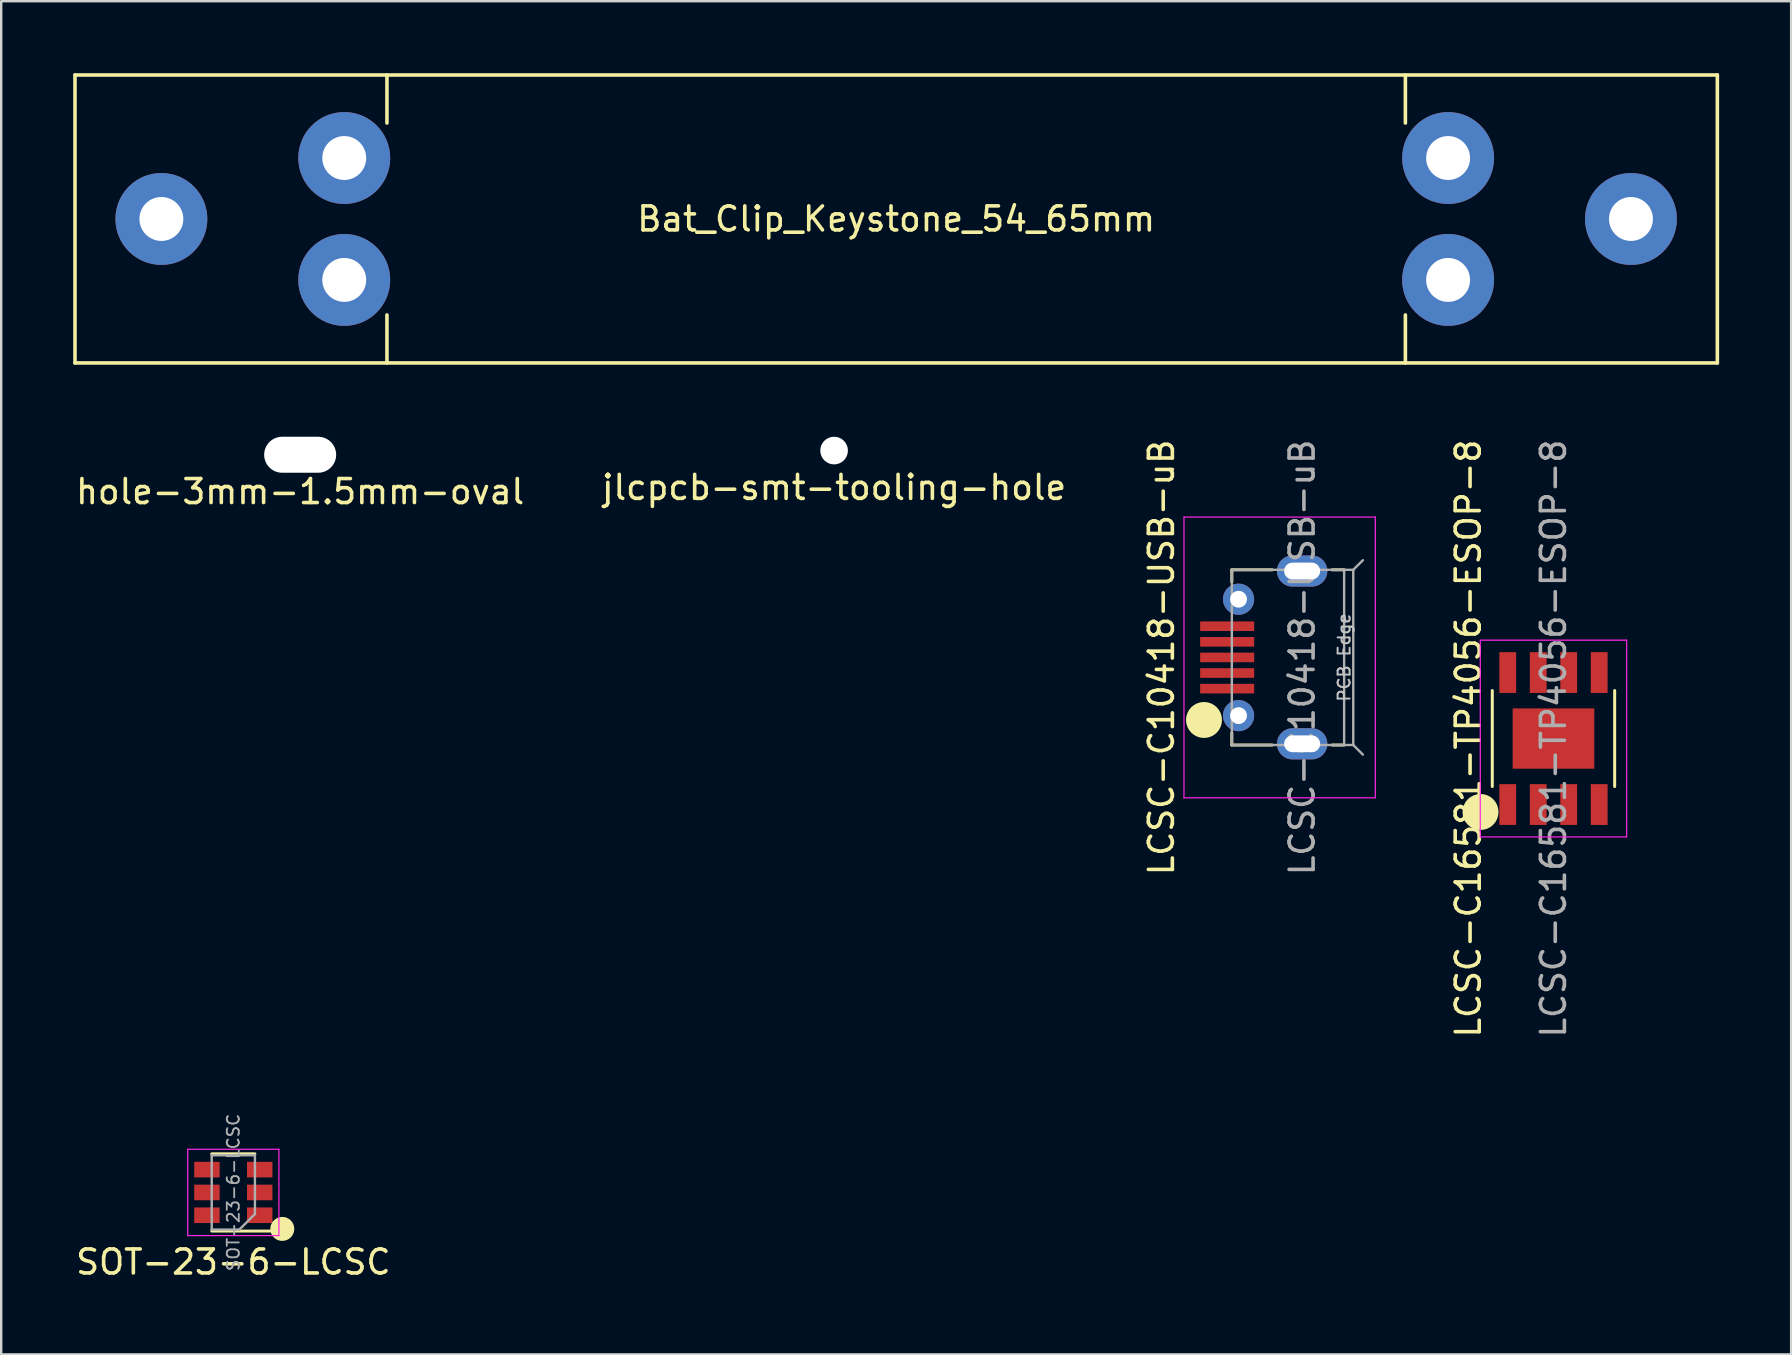
<source format=kicad_pcb>
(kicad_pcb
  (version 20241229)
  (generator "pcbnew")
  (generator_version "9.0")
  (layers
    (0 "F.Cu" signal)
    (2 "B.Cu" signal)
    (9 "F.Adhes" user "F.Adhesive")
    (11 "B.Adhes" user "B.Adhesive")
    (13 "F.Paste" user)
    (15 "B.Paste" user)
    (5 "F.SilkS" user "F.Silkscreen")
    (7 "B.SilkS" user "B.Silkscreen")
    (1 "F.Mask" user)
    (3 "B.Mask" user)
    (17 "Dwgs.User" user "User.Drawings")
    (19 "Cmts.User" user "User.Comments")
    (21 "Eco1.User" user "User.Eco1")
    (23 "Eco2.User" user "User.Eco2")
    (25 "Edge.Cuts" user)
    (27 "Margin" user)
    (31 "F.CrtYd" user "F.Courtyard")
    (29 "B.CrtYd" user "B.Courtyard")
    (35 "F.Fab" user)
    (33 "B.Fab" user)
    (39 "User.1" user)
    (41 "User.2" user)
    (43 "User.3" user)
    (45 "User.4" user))
  (footprint "LCSC-C10418-USB-uB"
    (layer "F.Cu")
    (at 49.663 24.346)
    (property "Reference" "LCSC-C10418-USB-uB" (at -4.314 0 90) (layer "F.SilkS") (effects (font (size 1 1) (thickness 0.15))))
    (attr smd)
    (fp_line (start -1.38 -3.15) (end -1.38 -3.65) (stroke (width 0.125) (type solid)) (layer "F.SilkS"))
    (fp_line (start -1.38 3.15) (end -1.38 3.65) (stroke (width 0.125) (type solid)) (layer "F.SilkS"))
    (fp_line (start 0.3 -3.65) (end -1.38 -3.65) (stroke (width 0.125) (type solid)) (layer "F.SilkS"))
    (fp_line (start 0.3 3.65) (end -1.38 3.65) (stroke (width 0.125) (type solid)) (layer "F.SilkS"))
    (fp_line (start 2.8 -3.65) (end 3.3 -3.65) (stroke (width 0.125) (type solid)) (layer "F.SilkS"))
    (fp_line (start 3.3 3.65) (end 2.8 3.65) (stroke (width 0.125) (type solid)) (layer "F.SilkS"))
    (fp_circle (center -2.54 2.607) (end -2.54 2.607) (stroke (width 0.75) (type solid)) (fill no) (layer "F.SilkS"))
    (fp_line (start -3.375 -5.85) (end -3.375 5.85) (stroke (width 0.05) (type solid)) (layer "F.CrtYd"))
    (fp_line (start -3.375 5.85) (end 4.6 5.85) (stroke (width 0.05) (type solid)) (layer "F.CrtYd"))
    (fp_line (start 4.6 -5.85) (end -3.375 -5.85) (stroke (width 0.05) (type solid)) (layer "F.CrtYd"))
    (fp_line (start 4.6 5.85) (end 4.6 -5.85) (stroke (width 0.05) (type solid)) (layer "F.CrtYd"))
    (fp_line (start -1.38 -3.65) (end 3.68 -3.65) (stroke (width 0.1) (type solid)) (layer "F.Fab"))
    (fp_line (start -1.38 3.65) (end -1.38 -3.65) (stroke (width 0.1) (type solid)) (layer "F.Fab"))
    (fp_line (start -1.38 3.65) (end 3.68 3.65) (stroke (width 0.1) (type solid)) (layer "F.Fab"))
    (fp_line (start 3.3 -3.65) (end 3.3 3.65) (stroke (width 0.1) (type solid)) (layer "F.Fab"))
    (fp_line (start 3.68 -3.65) (end 3.68 3.65) (stroke (width 0.1) (type solid)) (layer "F.Fab"))
    (fp_line (start 3.68 -3.65) (end 4.08 -4.05) (stroke (width 0.1) (type solid)) (layer "F.Fab"))
    (fp_line (start 3.68 3.65) (end 4.08 4.05) (stroke (width 0.1) (type solid)) (layer "F.Fab"))
    (fp_text user "PCB Edge" (at 3.3 0 90) (layer "Dwgs.User") (effects (font (size 0.5 0.5) (thickness 0.08))))
    (fp_text user "${REFERENCE}" (at 1.55 0 90) (layer "F.Fab") (effects (font (size 1 1) (thickness 0.15))))
    (pad "1" smd rect (at -1.575 1.3 270) (size 0.4 2.25) (layers "F.Cu" "F.Mask" "F.Paste"))
    (pad "2" smd rect (at -1.575 0.65 270) (size 0.4 2.25) (layers "F.Cu" "F.Mask" "F.Paste"))
    (pad "3" smd rect (at -1.575 0 270) (size 0.4 2.25) (layers "F.Cu" "F.Mask" "F.Paste"))
    (pad "4" smd rect (at -1.575 -0.65 270) (size 0.4 2.25) (layers "F.Cu" "F.Mask" "F.Paste"))
    (pad "5" smd rect (at -1.575 -1.3 270) (size 0.4 2.25) (layers "F.Cu" "F.Mask" "F.Paste"))
    (pad "6" thru_hole circle (at -1.1 -2.425 90) (size 1.3 1.3) (drill oval 0.7) (layers "*.Cu" "*.Mask"))
    (pad "7" thru_hole oval (at 1.55 -3.6 270) (size 1.3 2.1) (drill oval 0.7 1.5) (layers "*.Cu" "*.Mask"))
    (pad "8" thru_hole oval (at 1.55 3.6 270) (size 1.3 2.1) (drill oval 0.7 1.5) (layers "*.Cu" "*.Mask"))
    (pad "9" thru_hole circle (at -1.1 2.425 90) (size 1.3 1.3) (drill oval 0.7) (layers "*.Cu" "*.Mask")))
  (footprint "jlcpcb-smt-tooling-hole"
    (layer "F.Cu")
    (at 31.708 15.726)
    (property "Reference" "jlcpcb-smt-tooling-hole" (at 0 1.537 0) (layer "F.SilkS") (effects (font (size 1 1) (thickness 0.15))))
    (attr through_hole)
    (pad "" np_thru_hole circle (at 0 0) (size 1.152 1.152) (drill 1.152) (layers "*.Cu" "*.Mask")))
  (footprint "SOT-23-6-LCSC"
    (layer "F.Cu")
    (at 6.673 46.641)
    (property "Reference" "SOT-23-6-LCSC" (at 0 2.9 180) (layer "F.SilkS") (effects (font (size 1 1) (thickness 0.15))))
    (attr smd)
    (fp_line (start -0.9 1.61) (end 1.55 1.61) (stroke (width 0.12) (type solid)) (layer "F.SilkS"))
    (fp_line (start 0.9 -1.61) (end -0.9 -1.61) (stroke (width 0.12) (type solid)) (layer "F.SilkS"))
    (fp_circle (center 2.04 1.52) (end 2.04 1.52) (stroke (width 0.5) (type solid)) (fill no) (layer "F.SilkS"))
    (fp_line (start -1.9 -1.8) (end -1.9 1.8) (stroke (width 0.05) (type solid)) (layer "F.CrtYd"))
    (fp_line (start -1.9 1.8) (end 1.9 1.8) (stroke (width 0.05) (type solid)) (layer "F.CrtYd"))
    (fp_line (start 1.9 -1.8) (end -1.9 -1.8) (stroke (width 0.05) (type solid)) (layer "F.CrtYd"))
    (fp_line (start 1.9 1.8) (end 1.9 -1.8) (stroke (width 0.05) (type solid)) (layer "F.CrtYd"))
    (fp_line (start -0.9 -1.55) (end 0.9 -1.55) (stroke (width 0.1) (type solid)) (layer "F.Fab"))
    (fp_line (start -0.9 1.55) (end -0.9 -1.55) (stroke (width 0.1) (type solid)) (layer "F.Fab"))
    (fp_line (start -0.9 1.55) (end 0.25 1.55) (stroke (width 0.1) (type solid)) (layer "F.Fab"))
    (fp_line (start 0.9 0.9) (end 0.25 1.55) (stroke (width 0.1) (type solid)) (layer "F.Fab"))
    (fp_line (start 0.9 0.9) (end 0.9 -1.55) (stroke (width 0.1) (type solid)) (layer "F.Fab"))
    (fp_text user "${REFERENCE}" (at 0 0 270) (layer "F.Fab") (effects (font (size 0.5 0.5) (thickness 0.075))))
    (pad "1" smd rect (at 1.1 0.95 180) (size 1.06 0.65) (layers "F.Cu" "F.Mask" "F.Paste"))
    (pad "2" smd rect (at 1.1 0 180) (size 1.06 0.65) (layers "F.Cu" "F.Mask" "F.Paste"))
    (pad "3" smd rect (at 1.1 -0.95 180) (size 1.06 0.65) (layers "F.Cu" "F.Mask" "F.Paste"))
    (pad "4" smd rect (at -1.1 -0.95 180) (size 1.06 0.65) (layers "F.Cu" "F.Mask" "F.Paste"))
    (pad "5" smd rect (at -1.1 0 180) (size 1.06 0.65) (layers "F.Cu" "F.Mask" "F.Paste"))
    (pad "6" smd rect (at -1.1 0.95 180) (size 1.06 0.65) (layers "F.Cu" "F.Mask" "F.Paste")))
  (footprint "hole-3mm-1.5mm-oval"
    (layer "F.Cu")
    (at 9.458 15.9)
    (property "Reference" "hole-3mm-1.5mm-oval" (at 0 1.537 0) (layer "F.SilkS") (effects (font (size 1 1) (thickness 0.15))))
    (attr through_hole)
    (pad "" np_thru_hole oval (at 0 0) (size 3 1.5) (drill oval 3 1.5) (layers "*.Cu" "*.Mask")))
  (footprint "LCSC-C16581-TP4056-ESOP-8"
    (layer "F.Cu")
    (at 61.686 27.727)
    (property "Reference" "LCSC-C16581-TP4056-ESOP-8" (at -3.55 0 90) (layer "F.SilkS") (effects (font (size 1 1) (thickness 0.15))))
    (attr smd)
    (fp_line (start -2.55 -2) (end -2.55 2) (stroke (width 0.125) (type solid)) (layer "F.SilkS"))
    (fp_line (start 2.55 -2) (end 2.55 2) (stroke (width 0.125) (type solid)) (layer "F.SilkS"))
    (fp_circle (center -3.04 3.06) (end -3.04 3.06) (stroke (width 0.75) (type solid)) (fill no) (layer "F.SilkS"))
    (fp_line (start -3.05 -4.1) (end 3.05 -4.1) (stroke (width 0.05) (type solid)) (layer "F.CrtYd"))
    (fp_line (start -3.05 4.1) (end -3.05 -4.1) (stroke (width 0.05) (type solid)) (layer "F.CrtYd"))
    (fp_line (start 3.05 -4.1) (end 3.05 4.1) (stroke (width 0.05) (type solid)) (layer "F.CrtYd"))
    (fp_line (start 3.05 4.1) (end -3.05 4.1) (stroke (width 0.05) (type solid)) (layer "F.CrtYd"))
    (fp_text user "${REFERENCE}" (at 0 0 90) (layer "F.Fab") (effects (font (size 1 1) (thickness 0.15))))
    (pad "1" smd rect (at -1.905 2.75 90) (size 1.7 0.7) (layers "F.Cu" "F.Mask" "F.Paste"))
    (pad "2" smd rect (at -0.635 2.75 90) (size 1.7 0.7) (layers "F.Cu" "F.Mask" "F.Paste"))
    (pad "3" smd rect (at 0.635 2.75 90) (size 1.7 0.7) (layers "F.Cu" "F.Mask" "F.Paste"))
    (pad "4" smd rect (at 1.905 2.75 90) (size 1.7 0.7) (layers "F.Cu" "F.Mask" "F.Paste"))
    (pad "5" smd rect (at 1.905 -2.75 90) (size 1.7 0.7) (layers "F.Cu" "F.Mask" "F.Paste"))
    (pad "6" smd rect (at 0.635 -2.75 90) (size 1.7 0.7) (layers "F.Cu" "F.Mask" "F.Paste"))
    (pad "7" smd rect (at -0.635 -2.75 90) (size 1.7 0.7) (layers "F.Cu" "F.Mask" "F.Paste"))
    (pad "8" smd rect (at -1.905 -2.75 90) (size 1.7 0.7) (layers "F.Cu" "F.Mask" "F.Paste"))
    (pad "9" smd rect (at 0 0 90) (size 2.513 3.402) (layers "F.Cu" "F.Mask" "F.Paste")))
  (footprint "Bat_Clip_Keystone_54_65mm"
    (layer "F.Cu")
    (at 34.295 6.075)
    (property "Reference" "Bat_Clip_Keystone_54_65mm" (at 0 0 0) (layer "F.SilkS") (effects (font (size 1 1) (thickness 0.15))))
    (attr through_hole)
    (fp_line (start -34.22 -6) (end 34.22 -6) (stroke (width 0.15) (type solid)) (layer "F.SilkS"))
    (fp_line (start -34.22 6) (end -34.22 -6) (stroke (width 0.15) (type solid)) (layer "F.SilkS"))
    (fp_line (start -21.22 -4) (end -21.22 -6) (stroke (width 0.15) (type solid)) (layer "F.SilkS"))
    (fp_line (start -21.22 6) (end -21.22 4) (stroke (width 0.15) (type solid)) (layer "F.SilkS"))
    (fp_line (start 21.22 -4) (end 21.22 -6) (stroke (width 0.15) (type solid)) (layer "F.SilkS"))
    (fp_line (start 21.22 6) (end 21.22 4) (stroke (width 0.15) (type solid)) (layer "F.SilkS"))
    (fp_line (start 34.22 -6) (end 34.22 6) (stroke (width 0.15) (type solid)) (layer "F.SilkS"))
    (fp_line (start 34.22 6) (end -34.22 6) (stroke (width 0.15) (type solid)) (layer "F.SilkS"))
    (pad "1" thru_hole circle (at -30.62 0) (size 3.83 3.83) (drill 1.83) (layers "*.Cu" "*.Mask"))
    (pad "1" thru_hole circle (at -23 -2.54) (size 3.83 3.83) (drill 1.83) (layers "*.Cu" "*.Mask"))
    (pad "1" thru_hole circle (at -23 2.54) (size 3.83 3.83) (drill 1.83) (layers "*.Cu" "*.Mask"))
    (pad "2" thru_hole circle (at 23 -2.54) (size 3.83 3.83) (drill 1.83) (layers "*.Cu" "*.Mask"))
    (pad "2" thru_hole circle (at 23 2.54) (size 3.83 3.83) (drill 1.83) (layers "*.Cu" "*.Mask"))
    (pad "2" thru_hole circle (at 30.62 0) (size 3.83 3.83) (drill 1.83) (layers "*.Cu" "*.Mask")))
  (gr_rect
    (start -3 -3)
    (end 71.59 53.389)
    (stroke (width 0.1) (type default))
    (fill no)
    (layer "Edge.Cuts")))
</source>
